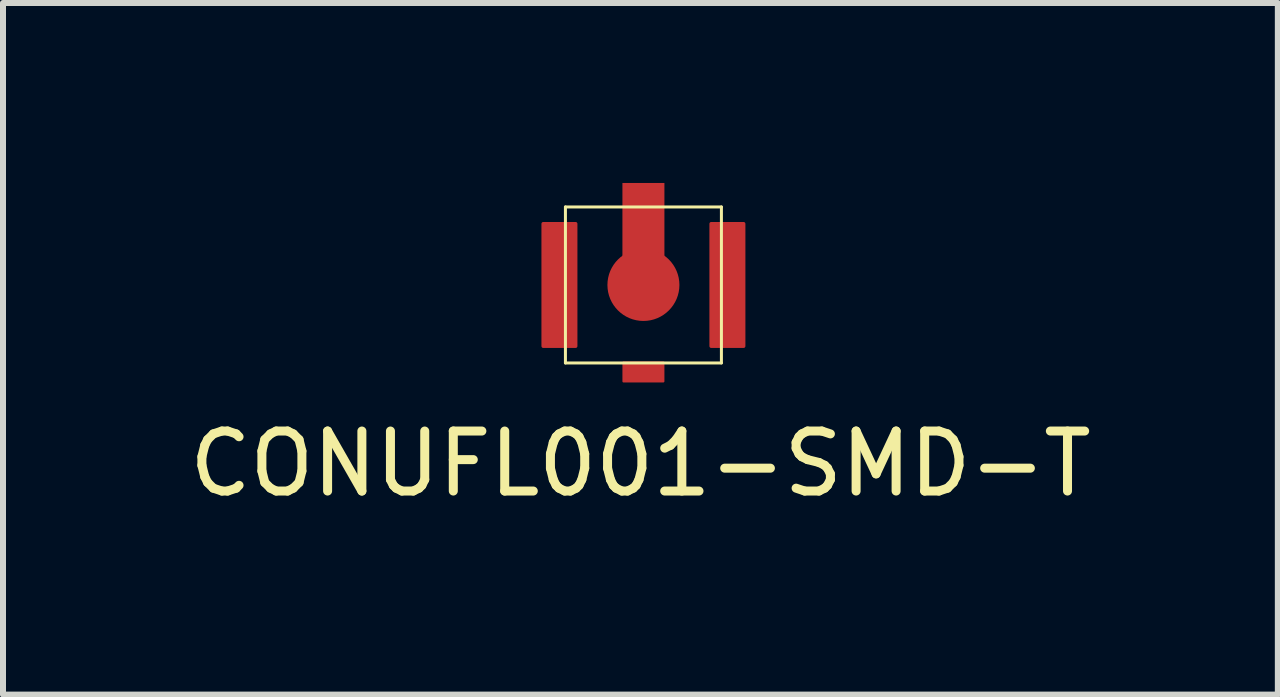
<source format=kicad_pcb>
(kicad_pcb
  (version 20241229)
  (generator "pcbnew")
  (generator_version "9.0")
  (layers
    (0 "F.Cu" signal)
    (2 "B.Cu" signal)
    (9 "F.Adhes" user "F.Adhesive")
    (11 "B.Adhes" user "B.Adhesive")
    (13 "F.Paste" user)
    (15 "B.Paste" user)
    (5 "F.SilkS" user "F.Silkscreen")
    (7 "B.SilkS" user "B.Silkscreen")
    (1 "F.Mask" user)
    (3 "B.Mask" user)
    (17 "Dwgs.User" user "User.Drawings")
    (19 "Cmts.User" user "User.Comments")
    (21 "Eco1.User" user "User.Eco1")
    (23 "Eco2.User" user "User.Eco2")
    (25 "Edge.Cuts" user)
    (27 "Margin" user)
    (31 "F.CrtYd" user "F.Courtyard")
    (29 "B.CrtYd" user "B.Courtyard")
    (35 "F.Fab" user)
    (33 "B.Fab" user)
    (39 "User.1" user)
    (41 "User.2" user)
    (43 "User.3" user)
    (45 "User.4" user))
  (footprint "CONUFL001-SMD-T"
    (layer "F.Cu")
    (at 7.675 1.7)
    (property "Reference" "CONUFL001-SMD-T" (at -0.05 2.98 0) (layer "F.SilkS") (effects (font (size 1 1) (thickness 0.15))))
    (attr through_hole)
    (fp_line (start -1.3 -1.3) (end 1.3 -1.3) (stroke (width 0.05) (type solid)) (layer "F.SilkS"))
    (fp_line (start -1.3 1.3) (end -1.3 -1.3) (stroke (width 0.05) (type solid)) (layer "F.SilkS"))
    (fp_line (start 1.3 -1.3) (end 1.3 1.3) (stroke (width 0.05) (type solid)) (layer "F.SilkS"))
    (fp_line (start 1.3 1.3) (end -1.3 1.3) (stroke (width 0.05) (type solid)) (layer "F.SilkS"))
    (fp_poly (pts (xy -0.87 0.47) (xy -0.95 0.28) (xy -0.96 -0.05) (xy -0.95 -0.21) (xy -0.86 -0.42) (xy -1.22 -0.42) (xy -1.21 0.47) (xy -1.2 0.47)) (stroke (width 0.05) (type solid)) (fill yes) (layer "F.Paste"))
    (fp_poly (pts (xy 0.82 -0.42) (xy 0.9 -0.23) (xy 0.91 0.1) (xy 0.9 0.26) (xy 0.81 0.47) (xy 1.17 0.47) (xy 1.16 -0.42) (xy 1.15 -0.42)) (stroke (width 0.05) (type solid)) (fill yes) (layer "F.Paste"))
    (pad "" smd roundrect (at -1.4 0) (size 0.6 2.1) (layers "F.Cu" "F.Mask" "F.Paste") (roundrect_rratio 0.05))
    (pad "" smd rect (at 0 -0.8) (size 0.7 1.8) (layers "F.Cu" "F.Mask" "F.Paste"))
    (pad "" smd circle (at 0 0) (size 1.2 1.2) (layers "F.Cu" "F.Mask" "F.Paste"))
    (pad "" smd roundrect (at 0 1.45) (size 0.7 0.35) (layers "F.Cu" "F.Mask" "F.Paste") (roundrect_rratio 0.05))
    (pad "" smd roundrect (at 1.4 0) (size 0.6 2.1) (layers "F.Cu" "F.Mask" "F.Paste") (roundrect_rratio 0.05)))
  (gr_rect
    (start -3 -3)
    (end 18.25 8.528)
    (stroke (width 0.1) (type default))
    (fill no)
    (layer "Edge.Cuts")))
</source>
